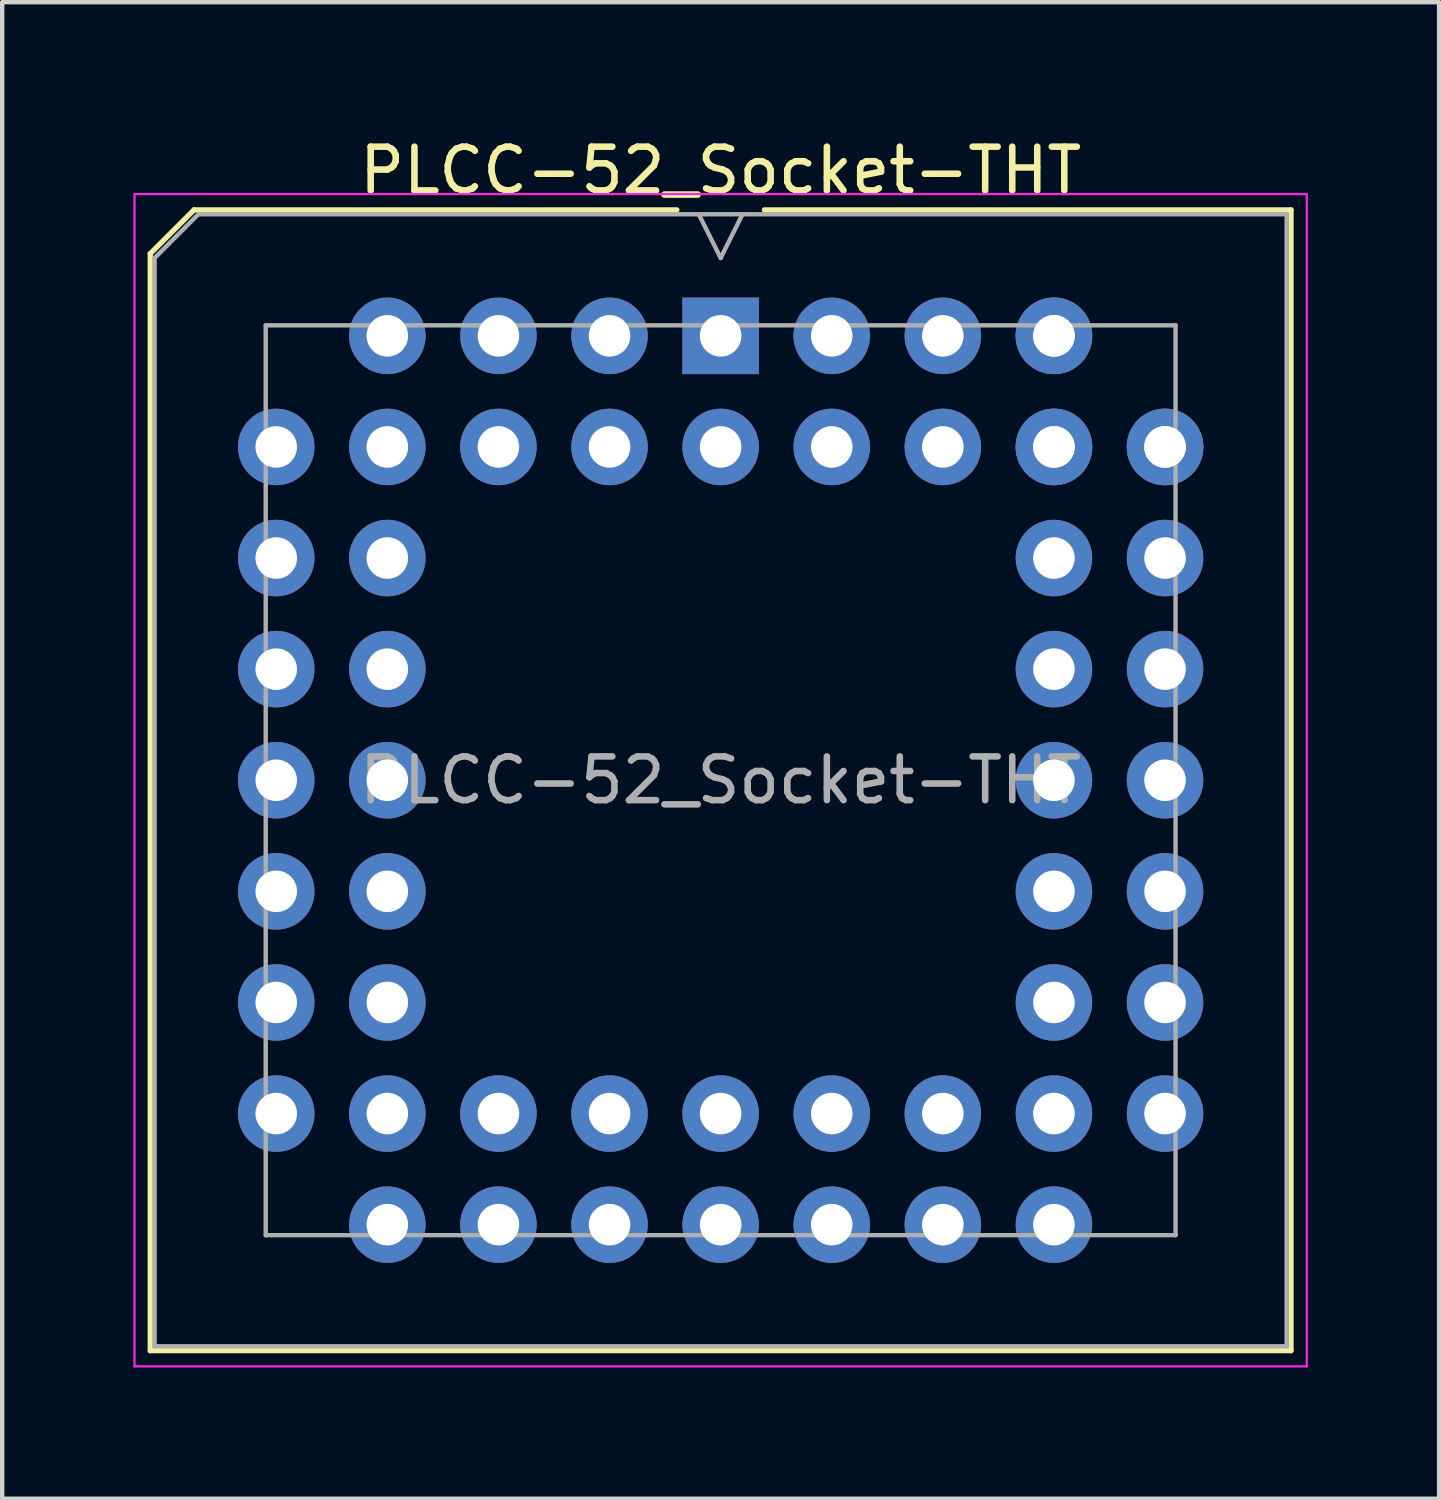
<source format=kicad_pcb>
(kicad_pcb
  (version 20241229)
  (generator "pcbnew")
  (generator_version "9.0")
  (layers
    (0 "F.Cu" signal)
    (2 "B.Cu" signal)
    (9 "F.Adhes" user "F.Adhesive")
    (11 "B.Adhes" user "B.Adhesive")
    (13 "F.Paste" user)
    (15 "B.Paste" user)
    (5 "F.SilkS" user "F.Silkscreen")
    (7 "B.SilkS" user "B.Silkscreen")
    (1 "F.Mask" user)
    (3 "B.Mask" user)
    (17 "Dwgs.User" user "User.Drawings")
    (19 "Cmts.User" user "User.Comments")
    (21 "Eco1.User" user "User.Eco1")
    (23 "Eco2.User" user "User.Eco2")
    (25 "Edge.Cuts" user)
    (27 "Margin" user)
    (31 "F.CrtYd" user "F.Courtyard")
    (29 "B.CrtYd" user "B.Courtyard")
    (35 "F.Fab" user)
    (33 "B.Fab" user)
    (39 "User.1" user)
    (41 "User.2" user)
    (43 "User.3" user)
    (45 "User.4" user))
  (footprint "PLCC-52_Socket-THT"
    (layer "F.Cu")
    (at 13.425 4.628)
    (property "Reference" "PLCC-52_Socket-THT" (at 0 -3.78 0) (layer "F.SilkS") (effects (font (size 1 1) (thickness 0.15))))
    (attr through_hole)
    (fp_line (start -13.04 -1.88) (end -13.04 23.2) (stroke (width 0.12) (type solid)) (layer "F.SilkS"))
    (fp_line (start -13.04 23.2) (end 13.04 23.2) (stroke (width 0.12) (type solid)) (layer "F.SilkS"))
    (fp_line (start -12.04 -2.88) (end -13.04 -1.88) (stroke (width 0.12) (type solid)) (layer "F.SilkS"))
    (fp_line (start -1 -2.88) (end -12.04 -2.88) (stroke (width 0.12) (type solid)) (layer "F.SilkS"))
    (fp_line (start 13.04 -2.88) (end 1 -2.88) (stroke (width 0.12) (type solid)) (layer "F.SilkS"))
    (fp_line (start 13.04 23.2) (end 13.04 -2.88) (stroke (width 0.12) (type solid)) (layer "F.SilkS"))
    (fp_line (start -13.4 -3.24) (end -13.4 23.56) (stroke (width 0.05) (type solid)) (layer "F.CrtYd"))
    (fp_line (start -13.4 23.56) (end 13.4 23.56) (stroke (width 0.05) (type solid)) (layer "F.CrtYd"))
    (fp_line (start 13.4 -3.24) (end -13.4 -3.24) (stroke (width 0.05) (type solid)) (layer "F.CrtYd"))
    (fp_line (start 13.4 23.56) (end 13.4 -3.24) (stroke (width 0.05) (type solid)) (layer "F.CrtYd"))
    (fp_line (start -12.94 -1.78) (end -12.94 23.1) (stroke (width 0.1) (type solid)) (layer "F.Fab"))
    (fp_line (start -12.94 23.1) (end 12.94 23.1) (stroke (width 0.1) (type solid)) (layer "F.Fab"))
    (fp_line (start -11.94 -2.78) (end -12.94 -1.78) (stroke (width 0.1) (type solid)) (layer "F.Fab"))
    (fp_line (start -10.4 -0.24) (end -10.4 20.56) (stroke (width 0.1) (type solid)) (layer "F.Fab"))
    (fp_line (start -10.4 20.56) (end 10.4 20.56) (stroke (width 0.1) (type solid)) (layer "F.Fab"))
    (fp_line (start -0.5 -2.78) (end 0 -1.78) (stroke (width 0.1) (type solid)) (layer "F.Fab"))
    (fp_line (start 0 -1.78) (end 0.5 -2.78) (stroke (width 0.1) (type solid)) (layer "F.Fab"))
    (fp_line (start 10.4 -0.24) (end -10.4 -0.24) (stroke (width 0.1) (type solid)) (layer "F.Fab"))
    (fp_line (start 10.4 20.56) (end 10.4 -0.24) (stroke (width 0.1) (type solid)) (layer "F.Fab"))
    (fp_line (start 12.94 -2.78) (end -11.94 -2.78) (stroke (width 0.1) (type solid)) (layer "F.Fab"))
    (fp_line (start 12.94 23.1) (end 12.94 -2.78) (stroke (width 0.1) (type solid)) (layer "F.Fab"))
    (fp_text user "${REFERENCE}" (at 0 10.16 0) (layer "F.Fab") (effects (font (size 1 1) (thickness 0.15))))
    (pad "1" thru_hole rect (at 0 0) (size 1.75 1.75) (drill 0.95) (layers "*.Cu" "*.Mask"))
    (pad "2" thru_hole circle (at 0 2.54) (size 1.75 1.75) (drill 0.95) (layers "*.Cu" "*.Mask"))
    (pad "3" thru_hole circle (at -2.54 0) (size 1.75 1.75) (drill 0.95) (layers "*.Cu" "*.Mask"))
    (pad "4" thru_hole circle (at -2.54 2.54) (size 1.75 1.75) (drill 0.95) (layers "*.Cu" "*.Mask"))
    (pad "5" thru_hole circle (at -5.08 0) (size 1.75 1.75) (drill 0.95) (layers "*.Cu" "*.Mask"))
    (pad "6" thru_hole circle (at -5.08 2.54) (size 1.75 1.75) (drill 0.95) (layers "*.Cu" "*.Mask"))
    (pad "7" thru_hole circle (at -7.62 0) (size 1.75 1.75) (drill 0.95) (layers "*.Cu" "*.Mask"))
    (pad "8" thru_hole circle (at -10.16 2.54) (size 1.75 1.75) (drill 0.95) (layers "*.Cu" "*.Mask"))
    (pad "9" thru_hole circle (at -7.62 2.54) (size 1.75 1.75) (drill 0.95) (layers "*.Cu" "*.Mask"))
    (pad "10" thru_hole circle (at -10.16 5.08) (size 1.75 1.75) (drill 0.95) (layers "*.Cu" "*.Mask"))
    (pad "11" thru_hole circle (at -7.62 5.08) (size 1.75 1.75) (drill 0.95) (layers "*.Cu" "*.Mask"))
    (pad "12" thru_hole circle (at -10.16 7.62) (size 1.75 1.75) (drill 0.95) (layers "*.Cu" "*.Mask"))
    (pad "13" thru_hole circle (at -7.62 7.62) (size 1.75 1.75) (drill 0.95) (layers "*.Cu" "*.Mask"))
    (pad "14" thru_hole circle (at -10.16 10.16) (size 1.75 1.75) (drill 0.95) (layers "*.Cu" "*.Mask"))
    (pad "15" thru_hole circle (at -7.62 10.16) (size 1.75 1.75) (drill 0.95) (layers "*.Cu" "*.Mask"))
    (pad "16" thru_hole circle (at -10.16 12.7) (size 1.75 1.75) (drill 0.95) (layers "*.Cu" "*.Mask"))
    (pad "17" thru_hole circle (at -7.62 12.7) (size 1.75 1.75) (drill 0.95) (layers "*.Cu" "*.Mask"))
    (pad "18" thru_hole circle (at -10.16 15.24) (size 1.75 1.75) (drill 0.95) (layers "*.Cu" "*.Mask"))
    (pad "19" thru_hole circle (at -7.62 15.24) (size 1.75 1.75) (drill 0.95) (layers "*.Cu" "*.Mask"))
    (pad "20" thru_hole circle (at -10.16 17.78) (size 1.75 1.75) (drill 0.95) (layers "*.Cu" "*.Mask"))
    (pad "21" thru_hole circle (at -7.62 20.32) (size 1.75 1.75) (drill 0.95) (layers "*.Cu" "*.Mask"))
    (pad "22" thru_hole circle (at -7.62 17.78) (size 1.75 1.75) (drill 0.95) (layers "*.Cu" "*.Mask"))
    (pad "23" thru_hole circle (at -5.08 20.32) (size 1.75 1.75) (drill 0.95) (layers "*.Cu" "*.Mask"))
    (pad "24" thru_hole circle (at -5.08 17.78) (size 1.75 1.75) (drill 0.95) (layers "*.Cu" "*.Mask"))
    (pad "25" thru_hole circle (at -2.54 20.32) (size 1.75 1.75) (drill 0.95) (layers "*.Cu" "*.Mask"))
    (pad "26" thru_hole circle (at -2.54 17.78) (size 1.75 1.75) (drill 0.95) (layers "*.Cu" "*.Mask"))
    (pad "27" thru_hole circle (at 0 20.32) (size 1.75 1.75) (drill 0.95) (layers "*.Cu" "*.Mask"))
    (pad "28" thru_hole circle (at 0 17.78) (size 1.75 1.75) (drill 0.95) (layers "*.Cu" "*.Mask"))
    (pad "29" thru_hole circle (at 2.54 20.32) (size 1.75 1.75) (drill 0.95) (layers "*.Cu" "*.Mask"))
    (pad "30" thru_hole circle (at 2.54 17.78) (size 1.75 1.75) (drill 0.95) (layers "*.Cu" "*.Mask"))
    (pad "31" thru_hole circle (at 5.08 20.32) (size 1.75 1.75) (drill 0.95) (layers "*.Cu" "*.Mask"))
    (pad "32" thru_hole circle (at 5.08 17.78) (size 1.75 1.75) (drill 0.95) (layers "*.Cu" "*.Mask"))
    (pad "33" thru_hole circle (at 7.62 20.32) (size 1.75 1.75) (drill 0.95) (layers "*.Cu" "*.Mask"))
    (pad "34" thru_hole circle (at 7.62 17.78) (size 1.75 1.75) (drill 0.95) (layers "*.Cu" "*.Mask"))
    (pad "34" thru_hole circle (at 10.16 17.78) (size 1.75 1.75) (drill 0.95) (layers "*.Cu" "*.Mask"))
    (pad "35" thru_hole circle (at 7.62 15.24) (size 1.75 1.75) (drill 0.95) (layers "*.Cu" "*.Mask"))
    (pad "36" thru_hole circle (at 10.16 15.24) (size 1.75 1.75) (drill 0.95) (layers "*.Cu" "*.Mask"))
    (pad "37" thru_hole circle (at 7.62 12.7) (size 1.75 1.75) (drill 0.95) (layers "*.Cu" "*.Mask"))
    (pad "38" thru_hole circle (at 10.16 12.7) (size 1.75 1.75) (drill 0.95) (layers "*.Cu" "*.Mask"))
    (pad "39" thru_hole circle (at 7.62 10.16) (size 1.75 1.75) (drill 0.95) (layers "*.Cu" "*.Mask"))
    (pad "40" thru_hole circle (at 10.16 10.16) (size 1.75 1.75) (drill 0.95) (layers "*.Cu" "*.Mask"))
    (pad "41" thru_hole circle (at 7.62 7.62) (size 1.75 1.75) (drill 0.95) (layers "*.Cu" "*.Mask"))
    (pad "42" thru_hole circle (at 10.16 7.62) (size 1.75 1.75) (drill 0.95) (layers "*.Cu" "*.Mask"))
    (pad "43" thru_hole circle (at 7.62 5.08) (size 1.75 1.75) (drill 0.95) (layers "*.Cu" "*.Mask"))
    (pad "44" thru_hole circle (at 10.16 5.08) (size 1.75 1.75) (drill 0.95) (layers "*.Cu" "*.Mask"))
    (pad "45" thru_hole circle (at 7.62 2.54) (size 1.75 1.75) (drill 0.95) (layers "*.Cu" "*.Mask"))
    (pad "46" thru_hole circle (at 10.16 2.54) (size 1.75 1.75) (drill 0.95) (layers "*.Cu" "*.Mask"))
    (pad "46" thru_hole circle (at 10.16 2.54) (size 1.75 1.75) (drill 0.95) (layers "*.Cu" "*.Mask"))
    (pad "47" thru_hole circle (at 7.62 0) (size 1.75 1.75) (drill 0.95) (layers "*.Cu" "*.Mask"))
    (pad "47" thru_hole circle (at 7.62 0) (size 1.75 1.75) (drill 0.95) (layers "*.Cu" "*.Mask"))
    (pad "48" thru_hole circle (at 7.62 2.54) (size 1.75 1.75) (drill 0.95) (layers "*.Cu" "*.Mask"))
    (pad "49" thru_hole circle (at 5.08 0) (size 1.75 1.75) (drill 0.95) (layers "*.Cu" "*.Mask"))
    (pad "50" thru_hole circle (at 5.08 2.54) (size 1.75 1.75) (drill 0.95) (layers "*.Cu" "*.Mask"))
    (pad "51" thru_hole circle (at 2.54 0) (size 1.75 1.75) (drill 0.95) (layers "*.Cu" "*.Mask"))
    (pad "52" thru_hole circle (at 2.54 2.54) (size 1.75 1.75) (drill 0.95) (layers "*.Cu" "*.Mask")))
  (gr_rect
    (start -3 -3)
    (end 29.85 31.213)
    (stroke (width 0.1) (type default))
    (fill no)
    (layer "Edge.Cuts")))
</source>
